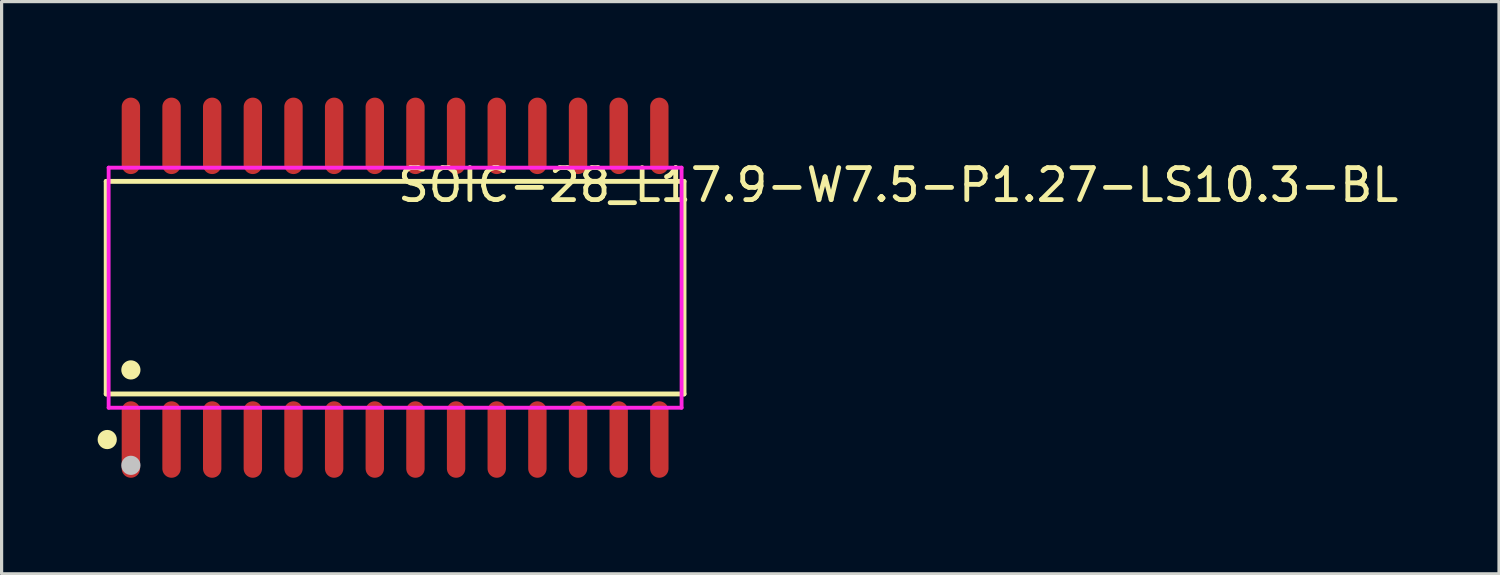
<source format=kicad_pcb>
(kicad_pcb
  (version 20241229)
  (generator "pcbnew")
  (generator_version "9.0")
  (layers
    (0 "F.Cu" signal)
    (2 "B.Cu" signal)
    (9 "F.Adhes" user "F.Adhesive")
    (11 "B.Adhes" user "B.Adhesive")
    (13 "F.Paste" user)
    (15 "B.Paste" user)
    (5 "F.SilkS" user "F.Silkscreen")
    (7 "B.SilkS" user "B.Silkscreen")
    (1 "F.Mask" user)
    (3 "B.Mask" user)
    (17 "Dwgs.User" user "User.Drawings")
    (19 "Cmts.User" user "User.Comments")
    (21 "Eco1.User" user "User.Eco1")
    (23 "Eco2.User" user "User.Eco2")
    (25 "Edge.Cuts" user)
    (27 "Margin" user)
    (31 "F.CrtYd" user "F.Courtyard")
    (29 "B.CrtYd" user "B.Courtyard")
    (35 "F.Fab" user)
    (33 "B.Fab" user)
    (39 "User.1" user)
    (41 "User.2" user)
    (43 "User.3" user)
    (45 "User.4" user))
  (footprint "SOIC-28_L17.9-W7.5-P1.27-LS10.3-BL"
    (layer "F.Cu")
    (at 9.294 5.938)
    (property "Reference" "SOIC-28_L17.9-W7.5-P1.27-LS10.3-BL" (at 0 -3.207 0) (layer "F.SilkS") (effects (font (size 1 1) (thickness 0.15)) (justify left)))
    (attr through_hole)
    (fp_line (start -9.026 -3.321) (end 9.026 -3.321) (stroke (width 0.152) (type solid)) (layer "F.SilkS"))
    (fp_line (start -9.026 3.321) (end -9.026 -3.321) (stroke (width 0.152) (type solid)) (layer "F.SilkS"))
    (fp_line (start 9.026 -3.321) (end 9.026 3.321) (stroke (width 0.152) (type solid)) (layer "F.SilkS"))
    (fp_line (start 9.026 3.321) (end -9.026 3.321) (stroke (width 0.152) (type solid)) (layer "F.SilkS"))
    (fp_circle (center -8.994 4.744) (end -8.844 4.744) (stroke (width 0.3) (type solid)) (fill no) (layer "F.SilkS"))
    (fp_circle (center -8.255 2.569) (end -8.105 2.569) (stroke (width 0.3) (type solid)) (fill no) (layer "F.SilkS"))
    (fp_circle (center -8.255 5.55) (end -8.105 5.55) (stroke (width 0.3) (type solid)) (fill no) (layer "Dwgs.User"))
    (fp_line (start -8.46 -4.325) (end -8.46 -3.74) (stroke (width 0.12) (type solid)) (layer "Eco2.User"))
    (fp_line (start -8.46 -3.74) (end -8.05 -3.74) (stroke (width 0.12) (type solid)) (layer "Eco2.User"))
    (fp_line (start -8.46 3.74) (end -8.05 3.74) (stroke (width 0.12) (type solid)) (layer "Eco2.User"))
    (fp_line (start -8.46 4.325) (end -8.46 3.74) (stroke (width 0.12) (type solid)) (layer "Eco2.User"))
    (fp_line (start -8.05 -4.325) (end -8.46 -4.325) (stroke (width 0.12) (type solid)) (layer "Eco2.User"))
    (fp_line (start -8.05 -3.74) (end -8.05 -4.325) (stroke (width 0.12) (type solid)) (layer "Eco2.User"))
    (fp_line (start -8.05 3.74) (end -8.05 4.325) (stroke (width 0.12) (type solid)) (layer "Eco2.User"))
    (fp_line (start -8.05 4.325) (end -8.46 4.325) (stroke (width 0.12) (type solid)) (layer "Eco2.User"))
    (fp_line (start -7.19 -4.325) (end -7.19 -3.74) (stroke (width 0.12) (type solid)) (layer "Eco2.User"))
    (fp_line (start -7.19 -3.74) (end -6.78 -3.74) (stroke (width 0.12) (type solid)) (layer "Eco2.User"))
    (fp_line (start -7.19 3.74) (end -6.78 3.74) (stroke (width 0.12) (type solid)) (layer "Eco2.User"))
    (fp_line (start -7.19 4.325) (end -7.19 3.74) (stroke (width 0.12) (type solid)) (layer "Eco2.User"))
    (fp_line (start -6.78 -4.325) (end -7.19 -4.325) (stroke (width 0.12) (type solid)) (layer "Eco2.User"))
    (fp_line (start -6.78 -3.74) (end -6.78 -4.325) (stroke (width 0.12) (type solid)) (layer "Eco2.User"))
    (fp_line (start -6.78 3.74) (end -6.78 4.325) (stroke (width 0.12) (type solid)) (layer "Eco2.User"))
    (fp_line (start -6.78 4.325) (end -7.19 4.325) (stroke (width 0.12) (type solid)) (layer "Eco2.User"))
    (fp_line (start -5.92 -4.325) (end -5.92 -3.74) (stroke (width 0.12) (type solid)) (layer "Eco2.User"))
    (fp_line (start -5.92 -3.74) (end -5.51 -3.74) (stroke (width 0.12) (type solid)) (layer "Eco2.User"))
    (fp_line (start -5.92 3.74) (end -5.51 3.74) (stroke (width 0.12) (type solid)) (layer "Eco2.User"))
    (fp_line (start -5.92 4.325) (end -5.92 3.74) (stroke (width 0.12) (type solid)) (layer "Eco2.User"))
    (fp_line (start -5.51 -4.325) (end -5.92 -4.325) (stroke (width 0.12) (type solid)) (layer "Eco2.User"))
    (fp_line (start -5.51 -3.74) (end -5.51 -4.325) (stroke (width 0.12) (type solid)) (layer "Eco2.User"))
    (fp_line (start -5.51 3.74) (end -5.51 4.325) (stroke (width 0.12) (type solid)) (layer "Eco2.User"))
    (fp_line (start -5.51 4.325) (end -5.92 4.325) (stroke (width 0.12) (type solid)) (layer "Eco2.User"))
    (fp_line (start -4.65 -4.325) (end -4.65 -3.74) (stroke (width 0.12) (type solid)) (layer "Eco2.User"))
    (fp_line (start -4.65 -3.74) (end -4.24 -3.74) (stroke (width 0.12) (type solid)) (layer "Eco2.User"))
    (fp_line (start -4.65 3.74) (end -4.24 3.74) (stroke (width 0.12) (type solid)) (layer "Eco2.User"))
    (fp_line (start -4.65 4.325) (end -4.65 3.74) (stroke (width 0.12) (type solid)) (layer "Eco2.User"))
    (fp_line (start -4.24 -4.325) (end -4.65 -4.325) (stroke (width 0.12) (type solid)) (layer "Eco2.User"))
    (fp_line (start -4.24 -3.74) (end -4.24 -4.325) (stroke (width 0.12) (type solid)) (layer "Eco2.User"))
    (fp_line (start -4.24 3.74) (end -4.24 4.325) (stroke (width 0.12) (type solid)) (layer "Eco2.User"))
    (fp_line (start -4.24 4.325) (end -4.65 4.325) (stroke (width 0.12) (type solid)) (layer "Eco2.User"))
    (fp_line (start -3.38 -4.325) (end -3.38 -3.74) (stroke (width 0.12) (type solid)) (layer "Eco2.User"))
    (fp_line (start -3.38 -3.74) (end -2.97 -3.74) (stroke (width 0.12) (type solid)) (layer "Eco2.User"))
    (fp_line (start -3.38 3.74) (end -2.97 3.74) (stroke (width 0.12) (type solid)) (layer "Eco2.User"))
    (fp_line (start -3.38 4.325) (end -3.38 3.74) (stroke (width 0.12) (type solid)) (layer "Eco2.User"))
    (fp_line (start -2.97 -4.325) (end -3.38 -4.325) (stroke (width 0.12) (type solid)) (layer "Eco2.User"))
    (fp_line (start -2.97 -3.74) (end -2.97 -4.325) (stroke (width 0.12) (type solid)) (layer "Eco2.User"))
    (fp_line (start -2.97 3.74) (end -2.97 4.325) (stroke (width 0.12) (type solid)) (layer "Eco2.User"))
    (fp_line (start -2.97 4.325) (end -3.38 4.325) (stroke (width 0.12) (type solid)) (layer "Eco2.User"))
    (fp_line (start -2.11 -4.325) (end -2.11 -3.74) (stroke (width 0.12) (type solid)) (layer "Eco2.User"))
    (fp_line (start -2.11 -3.74) (end -1.7 -3.74) (stroke (width 0.12) (type solid)) (layer "Eco2.User"))
    (fp_line (start -2.11 3.74) (end -1.7 3.74) (stroke (width 0.12) (type solid)) (layer "Eco2.User"))
    (fp_line (start -2.11 4.325) (end -2.11 3.74) (stroke (width 0.12) (type solid)) (layer "Eco2.User"))
    (fp_line (start -1.7 -4.325) (end -2.11 -4.325) (stroke (width 0.12) (type solid)) (layer "Eco2.User"))
    (fp_line (start -1.7 -3.74) (end -1.7 -4.325) (stroke (width 0.12) (type solid)) (layer "Eco2.User"))
    (fp_line (start -1.7 3.74) (end -1.7 4.325) (stroke (width 0.12) (type solid)) (layer "Eco2.User"))
    (fp_line (start -1.7 4.325) (end -2.11 4.325) (stroke (width 0.12) (type solid)) (layer "Eco2.User"))
    (fp_line (start -0.84 -4.325) (end -0.84 -3.74) (stroke (width 0.12) (type solid)) (layer "Eco2.User"))
    (fp_line (start -0.84 -3.74) (end -0.43 -3.74) (stroke (width 0.12) (type solid)) (layer "Eco2.User"))
    (fp_line (start -0.84 3.74) (end -0.43 3.74) (stroke (width 0.12) (type solid)) (layer "Eco2.User"))
    (fp_line (start -0.84 4.325) (end -0.84 3.74) (stroke (width 0.12) (type solid)) (layer "Eco2.User"))
    (fp_line (start -0.43 -4.325) (end -0.84 -4.325) (stroke (width 0.12) (type solid)) (layer "Eco2.User"))
    (fp_line (start -0.43 -3.74) (end -0.43 -4.325) (stroke (width 0.12) (type solid)) (layer "Eco2.User"))
    (fp_line (start -0.43 3.74) (end -0.43 4.325) (stroke (width 0.12) (type solid)) (layer "Eco2.User"))
    (fp_line (start -0.43 4.325) (end -0.84 4.325) (stroke (width 0.12) (type solid)) (layer "Eco2.User"))
    (fp_line (start 0.43 -4.325) (end 0.43 -3.74) (stroke (width 0.12) (type solid)) (layer "Eco2.User"))
    (fp_line (start 0.43 -3.74) (end 0.84 -3.74) (stroke (width 0.12) (type solid)) (layer "Eco2.User"))
    (fp_line (start 0.43 3.74) (end 0.84 3.74) (stroke (width 0.12) (type solid)) (layer "Eco2.User"))
    (fp_line (start 0.43 4.325) (end 0.43 3.74) (stroke (width 0.12) (type solid)) (layer "Eco2.User"))
    (fp_line (start 0.84 -4.325) (end 0.43 -4.325) (stroke (width 0.12) (type solid)) (layer "Eco2.User"))
    (fp_line (start 0.84 -3.74) (end 0.84 -4.325) (stroke (width 0.12) (type solid)) (layer "Eco2.User"))
    (fp_line (start 0.84 3.74) (end 0.84 4.325) (stroke (width 0.12) (type solid)) (layer "Eco2.User"))
    (fp_line (start 0.84 4.325) (end 0.43 4.325) (stroke (width 0.12) (type solid)) (layer "Eco2.User"))
    (fp_line (start 1.7 -4.325) (end 1.7 -3.74) (stroke (width 0.12) (type solid)) (layer "Eco2.User"))
    (fp_line (start 1.7 -3.74) (end 2.11 -3.74) (stroke (width 0.12) (type solid)) (layer "Eco2.User"))
    (fp_line (start 1.7 3.74) (end 2.11 3.74) (stroke (width 0.12) (type solid)) (layer "Eco2.User"))
    (fp_line (start 1.7 4.325) (end 1.7 3.74) (stroke (width 0.12) (type solid)) (layer "Eco2.User"))
    (fp_line (start 2.11 -4.325) (end 1.7 -4.325) (stroke (width 0.12) (type solid)) (layer "Eco2.User"))
    (fp_line (start 2.11 -3.74) (end 2.11 -4.325) (stroke (width 0.12) (type solid)) (layer "Eco2.User"))
    (fp_line (start 2.11 3.74) (end 2.11 4.325) (stroke (width 0.12) (type solid)) (layer "Eco2.User"))
    (fp_line (start 2.11 4.325) (end 1.7 4.325) (stroke (width 0.12) (type solid)) (layer "Eco2.User"))
    (fp_line (start 2.97 -4.325) (end 2.97 -3.74) (stroke (width 0.12) (type solid)) (layer "Eco2.User"))
    (fp_line (start 2.97 -3.74) (end 3.38 -3.74) (stroke (width 0.12) (type solid)) (layer "Eco2.User"))
    (fp_line (start 2.97 3.74) (end 3.38 3.74) (stroke (width 0.12) (type solid)) (layer "Eco2.User"))
    (fp_line (start 2.97 4.325) (end 2.97 3.74) (stroke (width 0.12) (type solid)) (layer "Eco2.User"))
    (fp_line (start 3.38 -4.325) (end 2.97 -4.325) (stroke (width 0.12) (type solid)) (layer "Eco2.User"))
    (fp_line (start 3.38 -3.74) (end 3.38 -4.325) (stroke (width 0.12) (type solid)) (layer "Eco2.User"))
    (fp_line (start 3.38 3.74) (end 3.38 4.325) (stroke (width 0.12) (type solid)) (layer "Eco2.User"))
    (fp_line (start 3.38 4.325) (end 2.97 4.325) (stroke (width 0.12) (type solid)) (layer "Eco2.User"))
    (fp_line (start 4.24 -4.325) (end 4.24 -3.74) (stroke (width 0.12) (type solid)) (layer "Eco2.User"))
    (fp_line (start 4.24 -3.74) (end 4.65 -3.74) (stroke (width 0.12) (type solid)) (layer "Eco2.User"))
    (fp_line (start 4.24 3.74) (end 4.65 3.74) (stroke (width 0.12) (type solid)) (layer "Eco2.User"))
    (fp_line (start 4.24 4.325) (end 4.24 3.74) (stroke (width 0.12) (type solid)) (layer "Eco2.User"))
    (fp_line (start 4.65 -4.325) (end 4.24 -4.325) (stroke (width 0.12) (type solid)) (layer "Eco2.User"))
    (fp_line (start 4.65 -3.74) (end 4.65 -4.325) (stroke (width 0.12) (type solid)) (layer "Eco2.User"))
    (fp_line (start 4.65 3.74) (end 4.65 4.325) (stroke (width 0.12) (type solid)) (layer "Eco2.User"))
    (fp_line (start 4.65 4.325) (end 4.24 4.325) (stroke (width 0.12) (type solid)) (layer "Eco2.User"))
    (fp_line (start 5.51 -4.325) (end 5.51 -3.74) (stroke (width 0.12) (type solid)) (layer "Eco2.User"))
    (fp_line (start 5.51 -3.74) (end 5.92 -3.74) (stroke (width 0.12) (type solid)) (layer "Eco2.User"))
    (fp_line (start 5.51 3.74) (end 5.92 3.74) (stroke (width 0.12) (type solid)) (layer "Eco2.User"))
    (fp_line (start 5.51 4.325) (end 5.51 3.74) (stroke (width 0.12) (type solid)) (layer "Eco2.User"))
    (fp_line (start 5.92 -4.325) (end 5.51 -4.325) (stroke (width 0.12) (type solid)) (layer "Eco2.User"))
    (fp_line (start 5.92 -3.74) (end 5.92 -4.325) (stroke (width 0.12) (type solid)) (layer "Eco2.User"))
    (fp_line (start 5.92 3.74) (end 5.92 4.325) (stroke (width 0.12) (type solid)) (layer "Eco2.User"))
    (fp_line (start 5.92 4.325) (end 5.51 4.325) (stroke (width 0.12) (type solid)) (layer "Eco2.User"))
    (fp_line (start 6.78 -4.325) (end 6.78 -3.74) (stroke (width 0.12) (type solid)) (layer "Eco2.User"))
    (fp_line (start 6.78 -3.74) (end 7.19 -3.74) (stroke (width 0.12) (type solid)) (layer "Eco2.User"))
    (fp_line (start 6.78 3.74) (end 7.19 3.74) (stroke (width 0.12) (type solid)) (layer "Eco2.User"))
    (fp_line (start 6.78 4.325) (end 6.78 3.74) (stroke (width 0.12) (type solid)) (layer "Eco2.User"))
    (fp_line (start 7.19 -4.325) (end 6.78 -4.325) (stroke (width 0.12) (type solid)) (layer "Eco2.User"))
    (fp_line (start 7.19 -3.74) (end 7.19 -4.325) (stroke (width 0.12) (type solid)) (layer "Eco2.User"))
    (fp_line (start 7.19 3.74) (end 7.19 4.325) (stroke (width 0.12) (type solid)) (layer "Eco2.User"))
    (fp_line (start 7.19 4.325) (end 6.78 4.325) (stroke (width 0.12) (type solid)) (layer "Eco2.User"))
    (fp_line (start 8.05 -4.325) (end 8.05 -3.74) (stroke (width 0.12) (type solid)) (layer "Eco2.User"))
    (fp_line (start 8.05 -3.74) (end 8.46 -3.74) (stroke (width 0.12) (type solid)) (layer "Eco2.User"))
    (fp_line (start 8.05 3.74) (end 8.46 3.74) (stroke (width 0.12) (type solid)) (layer "Eco2.User"))
    (fp_line (start 8.05 4.325) (end 8.05 3.74) (stroke (width 0.12) (type solid)) (layer "Eco2.User"))
    (fp_line (start 8.46 -4.325) (end 8.05 -4.325) (stroke (width 0.12) (type solid)) (layer "Eco2.User"))
    (fp_line (start 8.46 -3.74) (end 8.46 -4.325) (stroke (width 0.12) (type solid)) (layer "Eco2.User"))
    (fp_line (start 8.46 3.74) (end 8.46 4.325) (stroke (width 0.12) (type solid)) (layer "Eco2.User"))
    (fp_line (start 8.46 4.325) (end 8.05 4.325) (stroke (width 0.12) (type solid)) (layer "Eco2.User"))
    (fp_circle (center -8.95 5.15) (end -8.92 5.15) (stroke (width 0.06) (type solid)) (fill no) (layer "Eco2.User"))
    (fp_poly (pts (xy -8.46 -5.15) (xy -8.46 -4.315) (xy -8.05 -4.315) (xy -8.05 -5.15)) (stroke (width 0.12) (type solid)) (fill no) (layer "Eco2.User"))
    (fp_poly (pts (xy -8.46 5.15) (xy -8.46 4.315) (xy -8.05 4.315) (xy -8.05 5.15)) (stroke (width 0.12) (type solid)) (fill no) (layer "Eco2.User"))
    (fp_poly (pts (xy -7.19 -5.15) (xy -7.19 -4.315) (xy -6.78 -4.315) (xy -6.78 -5.15)) (stroke (width 0.12) (type solid)) (fill no) (layer "Eco2.User"))
    (fp_poly (pts (xy -7.19 5.15) (xy -7.19 4.315) (xy -6.78 4.315) (xy -6.78 5.15)) (stroke (width 0.12) (type solid)) (fill no) (layer "Eco2.User"))
    (fp_poly (pts (xy -5.92 -5.15) (xy -5.92 -4.315) (xy -5.51 -4.315) (xy -5.51 -5.15)) (stroke (width 0.12) (type solid)) (fill no) (layer "Eco2.User"))
    (fp_poly (pts (xy -5.92 5.15) (xy -5.92 4.315) (xy -5.51 4.315) (xy -5.51 5.15)) (stroke (width 0.12) (type solid)) (fill no) (layer "Eco2.User"))
    (fp_poly (pts (xy -4.65 -5.15) (xy -4.65 -4.315) (xy -4.24 -4.315) (xy -4.24 -5.15)) (stroke (width 0.12) (type solid)) (fill no) (layer "Eco2.User"))
    (fp_poly (pts (xy -4.65 5.15) (xy -4.65 4.315) (xy -4.24 4.315) (xy -4.24 5.15)) (stroke (width 0.12) (type solid)) (fill no) (layer "Eco2.User"))
    (fp_poly (pts (xy -3.38 -5.15) (xy -3.38 -4.315) (xy -2.97 -4.315) (xy -2.97 -5.15)) (stroke (width 0.12) (type solid)) (fill no) (layer "Eco2.User"))
    (fp_poly (pts (xy -3.38 5.15) (xy -3.38 4.315) (xy -2.97 4.315) (xy -2.97 5.15)) (stroke (width 0.12) (type solid)) (fill no) (layer "Eco2.User"))
    (fp_poly (pts (xy -2.11 -5.15) (xy -2.11 -4.315) (xy -1.7 -4.315) (xy -1.7 -5.15)) (stroke (width 0.12) (type solid)) (fill no) (layer "Eco2.User"))
    (fp_poly (pts (xy -2.11 5.15) (xy -2.11 4.315) (xy -1.7 4.315) (xy -1.7 5.15)) (stroke (width 0.12) (type solid)) (fill no) (layer "Eco2.User"))
    (fp_poly (pts (xy -0.84 -5.15) (xy -0.84 -4.315) (xy -0.43 -4.315) (xy -0.43 -5.15)) (stroke (width 0.12) (type solid)) (fill no) (layer "Eco2.User"))
    (fp_poly (pts (xy -0.84 5.15) (xy -0.84 4.315) (xy -0.43 4.315) (xy -0.43 5.15)) (stroke (width 0.12) (type solid)) (fill no) (layer "Eco2.User"))
    (fp_poly (pts (xy 0.43 -5.15) (xy 0.43 -4.315) (xy 0.84 -4.315) (xy 0.84 -5.15)) (stroke (width 0.12) (type solid)) (fill no) (layer "Eco2.User"))
    (fp_poly (pts (xy 0.43 5.15) (xy 0.43 4.315) (xy 0.84 4.315) (xy 0.84 5.15)) (stroke (width 0.12) (type solid)) (fill no) (layer "Eco2.User"))
    (fp_poly (pts (xy 1.7 -5.15) (xy 1.7 -4.315) (xy 2.11 -4.315) (xy 2.11 -5.15)) (stroke (width 0.12) (type solid)) (fill no) (layer "Eco2.User"))
    (fp_poly (pts (xy 1.7 5.15) (xy 1.7 4.315) (xy 2.11 4.315) (xy 2.11 5.15)) (stroke (width 0.12) (type solid)) (fill no) (layer "Eco2.User"))
    (fp_poly (pts (xy 2.97 -5.15) (xy 2.97 -4.315) (xy 3.38 -4.315) (xy 3.38 -5.15)) (stroke (width 0.12) (type solid)) (fill no) (layer "Eco2.User"))
    (fp_poly (pts (xy 2.97 5.15) (xy 2.97 4.315) (xy 3.38 4.315) (xy 3.38 5.15)) (stroke (width 0.12) (type solid)) (fill no) (layer "Eco2.User"))
    (fp_poly (pts (xy 4.24 -5.15) (xy 4.24 -4.315) (xy 4.65 -4.315) (xy 4.65 -5.15)) (stroke (width 0.12) (type solid)) (fill no) (layer "Eco2.User"))
    (fp_poly (pts (xy 4.24 5.15) (xy 4.24 4.315) (xy 4.65 4.315) (xy 4.65 5.15)) (stroke (width 0.12) (type solid)) (fill no) (layer "Eco2.User"))
    (fp_poly (pts (xy 5.51 -5.15) (xy 5.51 -4.315) (xy 5.92 -4.315) (xy 5.92 -5.15)) (stroke (width 0.12) (type solid)) (fill no) (layer "Eco2.User"))
    (fp_poly (pts (xy 5.51 5.15) (xy 5.51 4.315) (xy 5.92 4.315) (xy 5.92 5.15)) (stroke (width 0.12) (type solid)) (fill no) (layer "Eco2.User"))
    (fp_poly (pts (xy 6.78 -5.15) (xy 6.78 -4.315) (xy 7.19 -4.315) (xy 7.19 -5.15)) (stroke (width 0.12) (type solid)) (fill no) (layer "Eco2.User"))
    (fp_poly (pts (xy 6.78 5.15) (xy 6.78 4.315) (xy 7.19 4.315) (xy 7.19 5.15)) (stroke (width 0.12) (type solid)) (fill no) (layer "Eco2.User"))
    (fp_poly (pts (xy 8.05 -5.15) (xy 8.05 -4.315) (xy 8.46 -4.315) (xy 8.46 -5.15)) (stroke (width 0.12) (type solid)) (fill no) (layer "Eco2.User"))
    (fp_poly (pts (xy 8.05 5.15) (xy 8.05 4.315) (xy 8.46 4.315) (xy 8.46 5.15)) (stroke (width 0.12) (type solid)) (fill no) (layer "Eco2.User"))
    (fp_line (start -8.95 -3.75) (end 8.95 -3.75) (stroke (width 0.12) (type solid)) (layer "F.CrtYd"))
    (fp_line (start -8.95 3.75) (end -8.95 -3.75) (stroke (width 0.12) (type solid)) (layer "F.CrtYd"))
    (fp_line (start 8.95 -3.75) (end 8.95 3.75) (stroke (width 0.12) (type solid)) (layer "F.CrtYd"))
    (fp_line (start 8.95 3.75) (end -8.95 3.75) (stroke (width 0.12) (type solid)) (layer "F.CrtYd"))
    (pad "1" smd oval (at -8.255 4.744) (size 0.574 2.388) (layers "F.Cu" "F.Mask" "F.Paste"))
    (pad "2" smd oval (at -6.985 4.744) (size 0.574 2.388) (layers "F.Cu" "F.Mask" "F.Paste"))
    (pad "3" smd oval (at -5.715 4.744) (size 0.574 2.388) (layers "F.Cu" "F.Mask" "F.Paste"))
    (pad "4" smd oval (at -4.445 4.744) (size 0.574 2.388) (layers "F.Cu" "F.Mask" "F.Paste"))
    (pad "5" smd oval (at -3.175 4.744) (size 0.574 2.388) (layers "F.Cu" "F.Mask" "F.Paste"))
    (pad "6" smd oval (at -1.905 4.744) (size 0.574 2.388) (layers "F.Cu" "F.Mask" "F.Paste"))
    (pad "7" smd oval (at -0.635 4.744) (size 0.574 2.388) (layers "F.Cu" "F.Mask" "F.Paste"))
    (pad "8" smd oval (at 0.635 4.744) (size 0.574 2.388) (layers "F.Cu" "F.Mask" "F.Paste"))
    (pad "9" smd oval (at 1.905 4.744) (size 0.574 2.388) (layers "F.Cu" "F.Mask" "F.Paste"))
    (pad "10" smd oval (at 3.175 4.744) (size 0.574 2.388) (layers "F.Cu" "F.Mask" "F.Paste"))
    (pad "11" smd oval (at 4.445 4.744) (size 0.574 2.388) (layers "F.Cu" "F.Mask" "F.Paste"))
    (pad "12" smd oval (at 5.715 4.744) (size 0.574 2.388) (layers "F.Cu" "F.Mask" "F.Paste"))
    (pad "13" smd oval (at 6.985 4.744) (size 0.574 2.388) (layers "F.Cu" "F.Mask" "F.Paste"))
    (pad "14" smd oval (at 8.255 4.744) (size 0.574 2.388) (layers "F.Cu" "F.Mask" "F.Paste"))
    (pad "15" smd oval (at 8.255 -4.744) (size 0.574 2.388) (layers "F.Cu" "F.Mask" "F.Paste"))
    (pad "16" smd oval (at 6.985 -4.744) (size 0.574 2.388) (layers "F.Cu" "F.Mask" "F.Paste"))
    (pad "17" smd oval (at 5.715 -4.744) (size 0.574 2.388) (layers "F.Cu" "F.Mask" "F.Paste"))
    (pad "18" smd oval (at 4.445 -4.744) (size 0.574 2.388) (layers "F.Cu" "F.Mask" "F.Paste"))
    (pad "19" smd oval (at 3.175 -4.744) (size 0.574 2.388) (layers "F.Cu" "F.Mask" "F.Paste"))
    (pad "20" smd oval (at 1.905 -4.744) (size 0.574 2.388) (layers "F.Cu" "F.Mask" "F.Paste"))
    (pad "21" smd oval (at 0.635 -4.744) (size 0.574 2.388) (layers "F.Cu" "F.Mask" "F.Paste"))
    (pad "22" smd oval (at -0.635 -4.744) (size 0.574 2.388) (layers "F.Cu" "F.Mask" "F.Paste"))
    (pad "23" smd oval (at -1.905 -4.744) (size 0.574 2.388) (layers "F.Cu" "F.Mask" "F.Paste"))
    (pad "24" smd oval (at -3.175 -4.744) (size 0.574 2.388) (layers "F.Cu" "F.Mask" "F.Paste"))
    (pad "25" smd oval (at -4.445 -4.744) (size 0.574 2.388) (layers "F.Cu" "F.Mask" "F.Paste"))
    (pad "26" smd oval (at -5.715 -4.744) (size 0.574 2.388) (layers "F.Cu" "F.Mask" "F.Paste"))
    (pad "27" smd oval (at -6.985 -4.744) (size 0.574 2.388) (layers "F.Cu" "F.Mask" "F.Paste"))
    (pad "28" smd oval (at -8.255 -4.744) (size 0.574 2.388) (layers "F.Cu" "F.Mask" "F.Paste")))
  (gr_rect
    (start -3 -3)
    (end 43.782 14.876)
    (stroke (width 0.1) (type default))
    (fill no)
    (layer "Edge.Cuts")))
</source>
